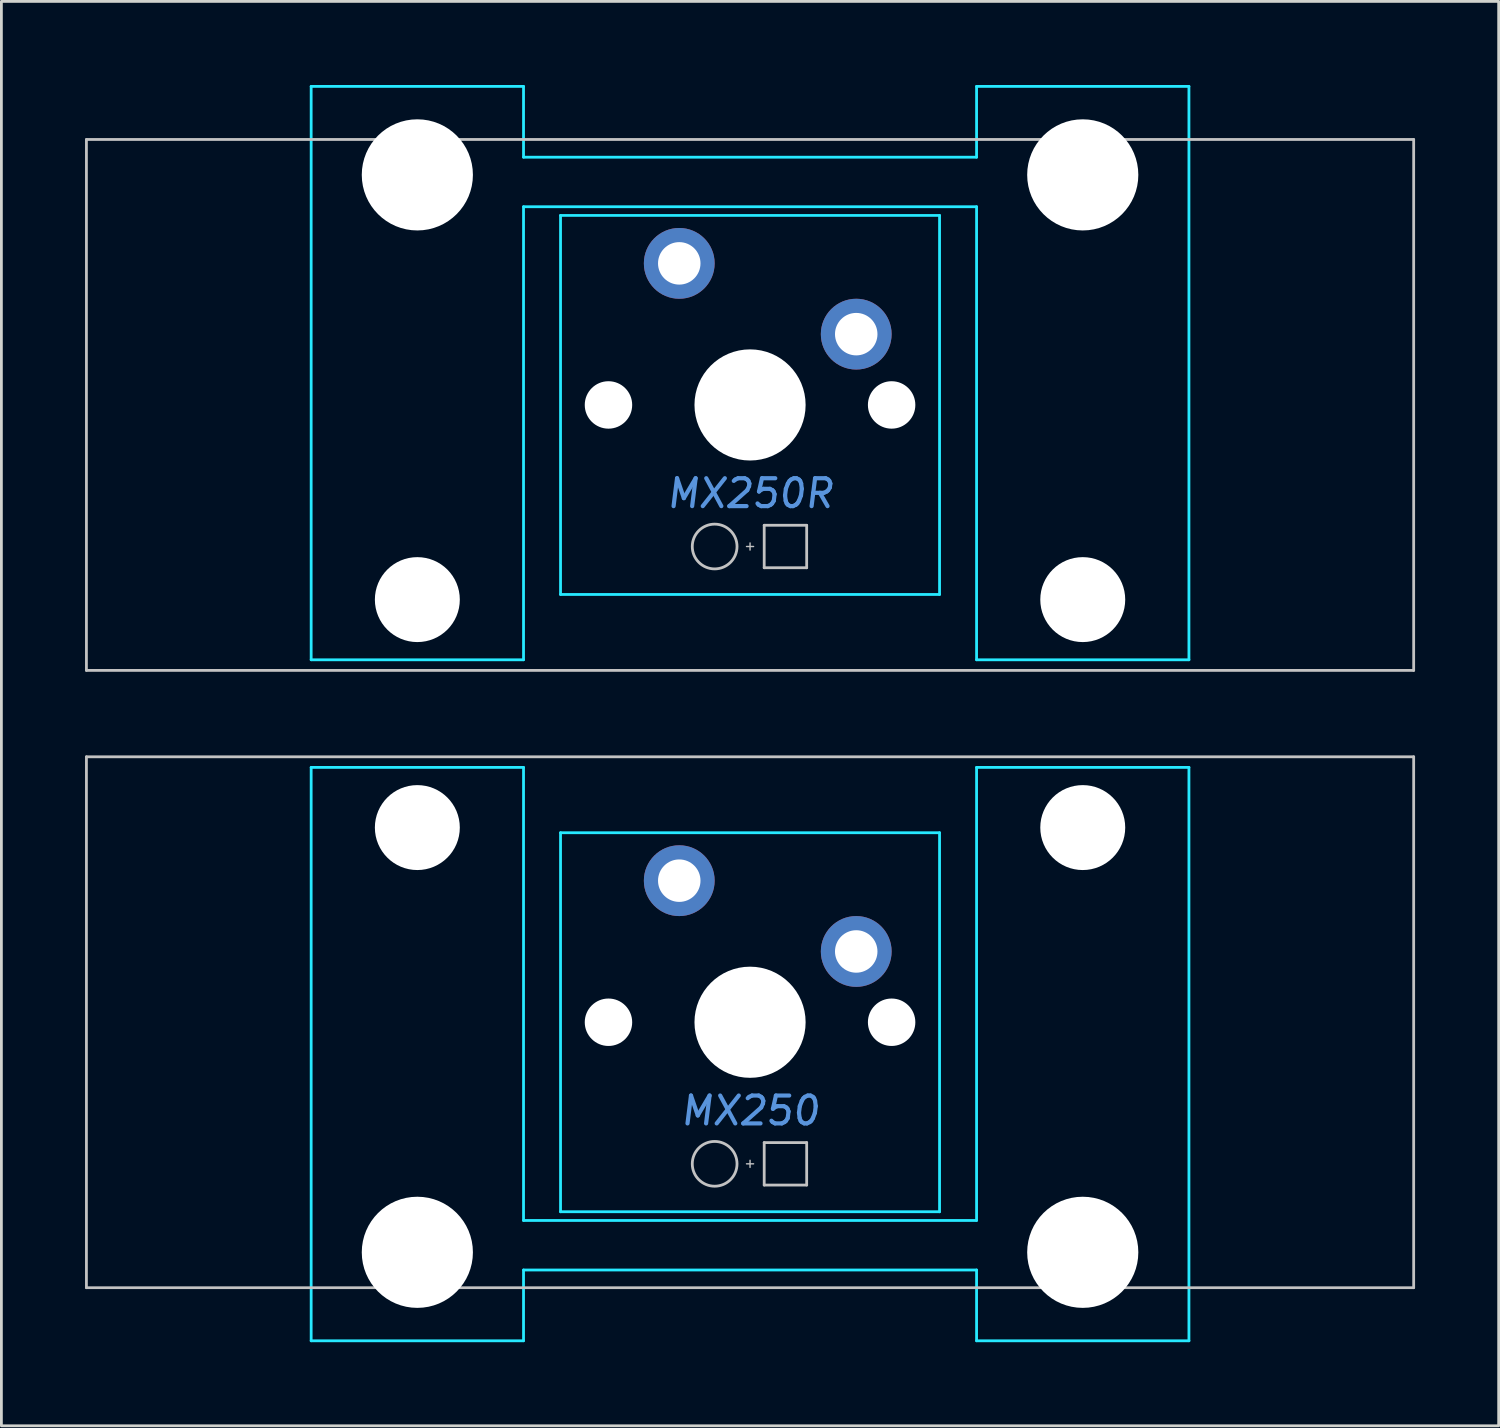
<source format=kicad_pcb>
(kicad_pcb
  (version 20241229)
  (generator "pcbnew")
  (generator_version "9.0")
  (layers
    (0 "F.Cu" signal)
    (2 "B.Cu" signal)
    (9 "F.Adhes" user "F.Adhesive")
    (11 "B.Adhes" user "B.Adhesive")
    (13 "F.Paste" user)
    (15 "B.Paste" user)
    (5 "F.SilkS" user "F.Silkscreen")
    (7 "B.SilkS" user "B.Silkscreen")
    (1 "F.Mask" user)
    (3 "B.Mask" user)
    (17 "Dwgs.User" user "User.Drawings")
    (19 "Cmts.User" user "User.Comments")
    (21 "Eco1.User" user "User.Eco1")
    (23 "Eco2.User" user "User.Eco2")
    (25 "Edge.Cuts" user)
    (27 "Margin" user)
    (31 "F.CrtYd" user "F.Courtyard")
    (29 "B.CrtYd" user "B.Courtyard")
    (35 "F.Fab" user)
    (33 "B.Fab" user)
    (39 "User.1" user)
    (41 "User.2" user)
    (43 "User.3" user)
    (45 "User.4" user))
  (footprint "MX250R"
    (layer "F.Cu")
    (at 23.863 11.48)
    (property "Reference" "MX250R" (at 0 3.175 0) (layer "Cmts.User") (effects (font (size 1 1) (thickness 0.15) (italic yes))))
    (attr through_hole)
    (fp_line (start -23.812 -9.525) (end -23.812 9.525) (stroke (width 0.1) (type solid)) (layer "Dwgs.User"))
    (fp_line (start -23.812 -9.525) (end 23.812 -9.525) (stroke (width 0.1) (type solid)) (layer "Dwgs.User"))
    (fp_line (start -23.812 9.525) (end 23.812 9.525) (stroke (width 0.1) (type solid)) (layer "Dwgs.User"))
    (fp_line (start -0.127 5.08) (end 0.127 5.08) (stroke (width 0.05) (type solid)) (layer "Dwgs.User"))
    (fp_line (start 0 5.207) (end 0 4.953) (stroke (width 0.05) (type solid)) (layer "Dwgs.User"))
    (fp_line (start 0.508 4.318) (end 0.508 5.842) (stroke (width 0.1) (type solid)) (layer "Dwgs.User"))
    (fp_line (start 0.508 4.318) (end 2.032 4.318) (stroke (width 0.1) (type solid)) (layer "Dwgs.User"))
    (fp_line (start 0.508 5.842) (end 2.032 5.842) (stroke (width 0.1) (type solid)) (layer "Dwgs.User"))
    (fp_line (start 2.032 5.842) (end 2.032 4.318) (stroke (width 0.1) (type solid)) (layer "Dwgs.User"))
    (fp_line (start 23.812 -9.525) (end 23.812 9.525) (stroke (width 0.1) (type solid)) (layer "Dwgs.User"))
    (fp_circle (center -1.27 5.08) (end -0.467 5.08) (stroke (width 0.1) (type solid)) (fill no) (layer "Dwgs.User"))
    (fp_line (start -15.438 -8.515) (end -15.438 5.485) (stroke (width 0.1) (type solid)) (layer "Eco1.User"))
    (fp_line (start -14.938 -9.015) (end -8.938 -9.015) (stroke (width 0.1) (type solid)) (layer "Eco1.User"))
    (fp_line (start -8.938 5.985) (end -14.938 5.985) (stroke (width 0.1) (type solid)) (layer "Eco1.User"))
    (fp_line (start -8.438 5.485) (end -8.438 -8.515) (stroke (width 0.1) (type solid)) (layer "Eco1.User"))
    (fp_line (start -7 -6.5) (end -7 6.5) (stroke (width 0.1) (type solid)) (layer "Eco1.User"))
    (fp_line (start -6.5 7) (end 6.5 7) (stroke (width 0.1) (type solid)) (layer "Eco1.User"))
    (fp_line (start 6.5 -7) (end -6.5 -7) (stroke (width 0.1) (type solid)) (layer "Eco1.User"))
    (fp_line (start 7 6.5) (end 7 -6.5) (stroke (width 0.1) (type solid)) (layer "Eco1.User"))
    (fp_line (start 8.438 -8.515) (end 8.438 5.485) (stroke (width 0.1) (type solid)) (layer "Eco1.User"))
    (fp_line (start 8.938 -9.015) (end 14.938 -9.015) (stroke (width 0.1) (type solid)) (layer "Eco1.User"))
    (fp_line (start 14.938 5.985) (end 8.938 5.985) (stroke (width 0.1) (type solid)) (layer "Eco1.User"))
    (fp_line (start 15.438 5.485) (end 15.438 -8.515) (stroke (width 0.1) (type solid)) (layer "Eco1.User"))
    (fp_arc (start -15.438 -8.515) (mid -15.291553 -8.868553) (end -14.938 -9.015) (stroke (width 0.1) (type solid)) (layer "Eco1.User"))
    (fp_arc (start -14.938 5.985) (mid -15.291553 5.838553) (end -15.438 5.485) (stroke (width 0.1) (type solid)) (layer "Eco1.User"))
    (fp_arc (start -8.938 -9.015) (mid -8.584447 -8.868553) (end -8.438 -8.515) (stroke (width 0.1) (type solid)) (layer "Eco1.User"))
    (fp_arc (start -8.438 5.485) (mid -8.584447 5.838553) (end -8.938 5.985) (stroke (width 0.1) (type solid)) (layer "Eco1.User"))
    (fp_arc (start -7 -6.5) (mid -6.853553 -6.853553) (end -6.5 -7) (stroke (width 0.1) (type solid)) (layer "Eco1.User"))
    (fp_arc (start -6.5 7) (mid -6.853553 6.853553) (end -7 6.5) (stroke (width 0.1) (type solid)) (layer "Eco1.User"))
    (fp_arc (start 6.5 -7) (mid 6.853553 -6.853553) (end 7 -6.5) (stroke (width 0.1) (type solid)) (layer "Eco1.User"))
    (fp_arc (start 7 6.5) (mid 6.853553 6.853553) (end 6.5 7) (stroke (width 0.1) (type solid)) (layer "Eco1.User"))
    (fp_arc (start 8.438 -8.515) (mid 8.584447 -8.868553) (end 8.938 -9.015) (stroke (width 0.1) (type solid)) (layer "Eco1.User"))
    (fp_arc (start 8.938 5.985) (mid 8.584447 5.838553) (end 8.438 5.485) (stroke (width 0.1) (type solid)) (layer "Eco1.User"))
    (fp_arc (start 14.938 -9.015) (mid 15.291553 -8.868553) (end 15.438 -8.515) (stroke (width 0.1) (type solid)) (layer "Eco1.User"))
    (fp_arc (start 15.438 5.485) (mid 15.291553 5.838553) (end 14.938 5.985) (stroke (width 0.1) (type solid)) (layer "Eco1.User"))
    (fp_line (start -15.748 -11.43) (end -8.128 -11.43) (stroke (width 0.1) (type solid)) (layer "B.CrtYd"))
    (fp_line (start -15.748 9.144) (end -15.748 -11.43) (stroke (width 0.1) (type solid)) (layer "B.CrtYd"))
    (fp_line (start -8.128 -11.43) (end -8.128 -8.89) (stroke (width 0.1) (type solid)) (layer "B.CrtYd"))
    (fp_line (start -8.128 9.144) (end -15.748 9.144) (stroke (width 0.1) (type solid)) (layer "B.CrtYd"))
    (fp_line (start -8.128 9.144) (end -8.128 -7.112) (stroke (width 0.1) (type solid)) (layer "B.CrtYd"))
    (fp_line (start -6.8 6.8) (end -6.8 -6.8) (stroke (width 0.1) (type solid)) (layer "B.CrtYd"))
    (fp_line (start 6.8 -6.8) (end -6.8 -6.8) (stroke (width 0.1) (type solid)) (layer "B.CrtYd"))
    (fp_line (start 6.8 6.8) (end -6.8 6.8) (stroke (width 0.1) (type solid)) (layer "B.CrtYd"))
    (fp_line (start 6.8 6.8) (end 6.8 -6.8) (stroke (width 0.1) (type solid)) (layer "B.CrtYd"))
    (fp_line (start 8.128 -11.43) (end 8.128 -8.89) (stroke (width 0.1) (type solid)) (layer "B.CrtYd"))
    (fp_line (start 8.128 -11.43) (end 15.748 -11.43) (stroke (width 0.1) (type solid)) (layer "B.CrtYd"))
    (fp_line (start 8.128 -8.89) (end -8.128 -8.89) (stroke (width 0.1) (type solid)) (layer "B.CrtYd"))
    (fp_line (start 8.128 -7.112) (end -8.128 -7.112) (stroke (width 0.1) (type solid)) (layer "B.CrtYd"))
    (fp_line (start 8.128 9.144) (end 8.128 -7.112) (stroke (width 0.1) (type solid)) (layer "B.CrtYd"))
    (fp_line (start 15.748 -11.43) (end 15.748 9.144) (stroke (width 0.1) (type solid)) (layer "B.CrtYd"))
    (fp_line (start 15.748 9.144) (end 8.128 9.144) (stroke (width 0.1) (type solid)) (layer "B.CrtYd"))
    (pad "" np_thru_hole circle (at -11.938 -8.255 180) (size 3.988 3.988) (drill 3.988) (layers "*.Cu" "*.Mask"))
    (pad "" np_thru_hole circle (at -11.938 6.985 180) (size 3.048 3.048) (drill 3.048) (layers "*.Cu" "*.Mask"))
    (pad "" np_thru_hole circle (at -5.08 0) (size 1.702 1.702) (drill 1.702) (layers "*.Cu" "*.Mask"))
    (pad "" connect circle (at -2.54 -5.08) (size 1.524 1.524) (layers "B.Mask"))
    (pad "" np_thru_hole circle (at 0 0) (size 3.988 3.988) (drill 3.988) (layers "*.Cu" "*.Mask"))
    (pad "" connect circle (at 3.81 -2.54) (size 1.524 1.524) (layers "B.Mask"))
    (pad "" np_thru_hole circle (at 5.08 0) (size 1.702 1.702) (drill 1.702) (layers "*.Cu" "*.Mask"))
    (pad "" np_thru_hole circle (at 11.938 -8.255 180) (size 3.988 3.988) (drill 3.988) (layers "*.Cu" "*.Mask"))
    (pad "" np_thru_hole circle (at 11.938 6.985 180) (size 3.048 3.048) (drill 3.048) (layers "*.Cu" "*.Mask"))
    (pad "1" thru_hole circle (at -2.54 -5.08) (size 2.54 2.54) (drill 1.524) (layers "*.Cu" "F.Mask"))
    (pad "2" thru_hole circle (at 3.81 -2.54) (size 2.54 2.54) (drill 1.524) (layers "*.Cu" "F.Mask")))
  (footprint "MX250"
    (layer "F.Cu")
    (at 23.863 33.63)
    (property "Reference" "MX250" (at 0 3.175 0) (layer "Cmts.User") (effects (font (size 1 1) (thickness 0.15) (italic yes))))
    (attr through_hole)
    (fp_line (start -23.812 -9.525) (end -23.812 9.525) (stroke (width 0.1) (type solid)) (layer "Dwgs.User"))
    (fp_line (start -23.812 -9.525) (end 23.812 -9.525) (stroke (width 0.1) (type solid)) (layer "Dwgs.User"))
    (fp_line (start -23.812 9.525) (end 23.812 9.525) (stroke (width 0.1) (type solid)) (layer "Dwgs.User"))
    (fp_line (start -0.127 5.08) (end 0.127 5.08) (stroke (width 0.05) (type solid)) (layer "Dwgs.User"))
    (fp_line (start 0 5.207) (end 0 4.953) (stroke (width 0.05) (type solid)) (layer "Dwgs.User"))
    (fp_line (start 0.508 4.318) (end 0.508 5.842) (stroke (width 0.1) (type solid)) (layer "Dwgs.User"))
    (fp_line (start 0.508 4.318) (end 2.032 4.318) (stroke (width 0.1) (type solid)) (layer "Dwgs.User"))
    (fp_line (start 0.508 5.842) (end 2.032 5.842) (stroke (width 0.1) (type solid)) (layer "Dwgs.User"))
    (fp_line (start 2.032 5.842) (end 2.032 4.318) (stroke (width 0.1) (type solid)) (layer "Dwgs.User"))
    (fp_line (start 23.812 -9.525) (end 23.812 9.525) (stroke (width 0.1) (type solid)) (layer "Dwgs.User"))
    (fp_circle (center -1.27 5.08) (end -0.467 5.08) (stroke (width 0.1) (type solid)) (fill no) (layer "Dwgs.User"))
    (fp_line (start -15.438 -5.485) (end -15.438 8.515) (stroke (width 0.1) (type solid)) (layer "Eco1.User"))
    (fp_line (start -14.938 -5.985) (end -8.938 -5.985) (stroke (width 0.1) (type solid)) (layer "Eco1.User"))
    (fp_line (start -8.938 9.015) (end -14.938 9.015) (stroke (width 0.1) (type solid)) (layer "Eco1.User"))
    (fp_line (start -8.438 8.515) (end -8.438 -5.485) (stroke (width 0.1) (type solid)) (layer "Eco1.User"))
    (fp_line (start -7 -6.5) (end -7 6.5) (stroke (width 0.1) (type solid)) (layer "Eco1.User"))
    (fp_line (start -6.5 7) (end 6.5 7) (stroke (width 0.1) (type solid)) (layer "Eco1.User"))
    (fp_line (start 6.5 -7) (end -6.5 -7) (stroke (width 0.1) (type solid)) (layer "Eco1.User"))
    (fp_line (start 7 6.5) (end 7 -6.5) (stroke (width 0.1) (type solid)) (layer "Eco1.User"))
    (fp_line (start 8.438 -5.485) (end 8.438 8.515) (stroke (width 0.1) (type solid)) (layer "Eco1.User"))
    (fp_line (start 8.938 -5.985) (end 14.938 -5.985) (stroke (width 0.1) (type solid)) (layer "Eco1.User"))
    (fp_line (start 14.938 9.015) (end 8.938 9.015) (stroke (width 0.1) (type solid)) (layer "Eco1.User"))
    (fp_line (start 15.438 8.515) (end 15.438 -5.485) (stroke (width 0.1) (type solid)) (layer "Eco1.User"))
    (fp_arc (start -15.438 -5.485) (mid -15.291553 -5.838553) (end -14.938 -5.985) (stroke (width 0.1) (type solid)) (layer "Eco1.User"))
    (fp_arc (start -14.938 9.015) (mid -15.291553 8.868553) (end -15.438 8.515) (stroke (width 0.1) (type solid)) (layer "Eco1.User"))
    (fp_arc (start -8.938 -5.985) (mid -8.584447 -5.838553) (end -8.438 -5.485) (stroke (width 0.1) (type solid)) (layer "Eco1.User"))
    (fp_arc (start -8.438 8.515) (mid -8.584447 8.868553) (end -8.938 9.015) (stroke (width 0.1) (type solid)) (layer "Eco1.User"))
    (fp_arc (start -7 -6.5) (mid -6.853553 -6.853553) (end -6.5 -7) (stroke (width 0.1) (type solid)) (layer "Eco1.User"))
    (fp_arc (start -6.5 7) (mid -6.853553 6.853553) (end -7 6.5) (stroke (width 0.1) (type solid)) (layer "Eco1.User"))
    (fp_arc (start 6.5 -7) (mid 6.853553 -6.853553) (end 7 -6.5) (stroke (width 0.1) (type solid)) (layer "Eco1.User"))
    (fp_arc (start 7 6.5) (mid 6.853553 6.853553) (end 6.5 7) (stroke (width 0.1) (type solid)) (layer "Eco1.User"))
    (fp_arc (start 8.438 -5.485) (mid 8.584447 -5.838553) (end 8.938 -5.985) (stroke (width 0.1) (type solid)) (layer "Eco1.User"))
    (fp_arc (start 8.938 9.015) (mid 8.584447 8.868553) (end 8.438 8.515) (stroke (width 0.1) (type solid)) (layer "Eco1.User"))
    (fp_arc (start 14.938 -5.985) (mid 15.291553 -5.838553) (end 15.438 -5.485) (stroke (width 0.1) (type solid)) (layer "Eco1.User"))
    (fp_arc (start 15.438 8.515) (mid 15.291553 8.868553) (end 14.938 9.015) (stroke (width 0.1) (type solid)) (layer "Eco1.User"))
    (fp_line (start -15.748 -9.144) (end -8.128 -9.144) (stroke (width 0.1) (type solid)) (layer "B.CrtYd"))
    (fp_line (start -15.748 11.43) (end -15.748 -9.144) (stroke (width 0.1) (type solid)) (layer "B.CrtYd"))
    (fp_line (start -8.128 -9.144) (end -8.128 7.112) (stroke (width 0.1) (type solid)) (layer "B.CrtYd"))
    (fp_line (start -8.128 7.112) (end 8.128 7.112) (stroke (width 0.1) (type solid)) (layer "B.CrtYd"))
    (fp_line (start -8.128 8.89) (end 8.128 8.89) (stroke (width 0.1) (type solid)) (layer "B.CrtYd"))
    (fp_line (start -8.128 11.43) (end -15.748 11.43) (stroke (width 0.1) (type solid)) (layer "B.CrtYd"))
    (fp_line (start -8.128 11.43) (end -8.128 8.89) (stroke (width 0.1) (type solid)) (layer "B.CrtYd"))
    (fp_line (start -6.8 6.8) (end -6.8 -6.8) (stroke (width 0.1) (type solid)) (layer "B.CrtYd"))
    (fp_line (start 6.8 -6.8) (end -6.8 -6.8) (stroke (width 0.1) (type solid)) (layer "B.CrtYd"))
    (fp_line (start 6.8 6.8) (end -6.8 6.8) (stroke (width 0.1) (type solid)) (layer "B.CrtYd"))
    (fp_line (start 6.8 6.8) (end 6.8 -6.8) (stroke (width 0.1) (type solid)) (layer "B.CrtYd"))
    (fp_line (start 8.128 -9.144) (end 8.128 7.112) (stroke (width 0.1) (type solid)) (layer "B.CrtYd"))
    (fp_line (start 8.128 -9.144) (end 15.748 -9.144) (stroke (width 0.1) (type solid)) (layer "B.CrtYd"))
    (fp_line (start 8.128 11.43) (end 8.128 8.89) (stroke (width 0.1) (type solid)) (layer "B.CrtYd"))
    (fp_line (start 15.748 -9.144) (end 15.748 11.43) (stroke (width 0.1) (type solid)) (layer "B.CrtYd"))
    (fp_line (start 15.748 11.43) (end 8.128 11.43) (stroke (width 0.1) (type solid)) (layer "B.CrtYd"))
    (pad "" np_thru_hole circle (at -11.938 -6.985) (size 3.048 3.048) (drill 3.048) (layers "*.Cu" "*.Mask"))
    (pad "" np_thru_hole circle (at -11.938 8.255) (size 3.988 3.988) (drill 3.988) (layers "*.Cu" "*.Mask"))
    (pad "" np_thru_hole circle (at -5.08 0) (size 1.702 1.702) (drill 1.702) (layers "*.Cu" "*.Mask"))
    (pad "" connect circle (at -2.54 -5.08) (size 1.524 1.524) (layers "B.Mask"))
    (pad "" np_thru_hole circle (at 0 0) (size 3.988 3.988) (drill 3.988) (layers "*.Cu" "*.Mask"))
    (pad "" connect circle (at 3.81 -2.54) (size 1.524 1.524) (layers "B.Mask"))
    (pad "" np_thru_hole circle (at 5.08 0) (size 1.702 1.702) (drill 1.702) (layers "*.Cu" "*.Mask"))
    (pad "" np_thru_hole circle (at 11.938 -6.985) (size 3.048 3.048) (drill 3.048) (layers "*.Cu" "*.Mask"))
    (pad "" np_thru_hole circle (at 11.938 8.255) (size 3.988 3.988) (drill 3.988) (layers "*.Cu" "*.Mask"))
    (pad "1" thru_hole circle (at -2.54 -5.08) (size 2.54 2.54) (drill 1.524) (layers "*.Cu" "F.Mask"))
    (pad "2" thru_hole circle (at 3.81 -2.54) (size 2.54 2.54) (drill 1.524) (layers "*.Cu" "F.Mask")))
  (gr_rect
    (start -3 -3)
    (end 50.725 48.11)
    (stroke (width 0.1) (type default))
    (fill no)
    (layer "Edge.Cuts")))
</source>
